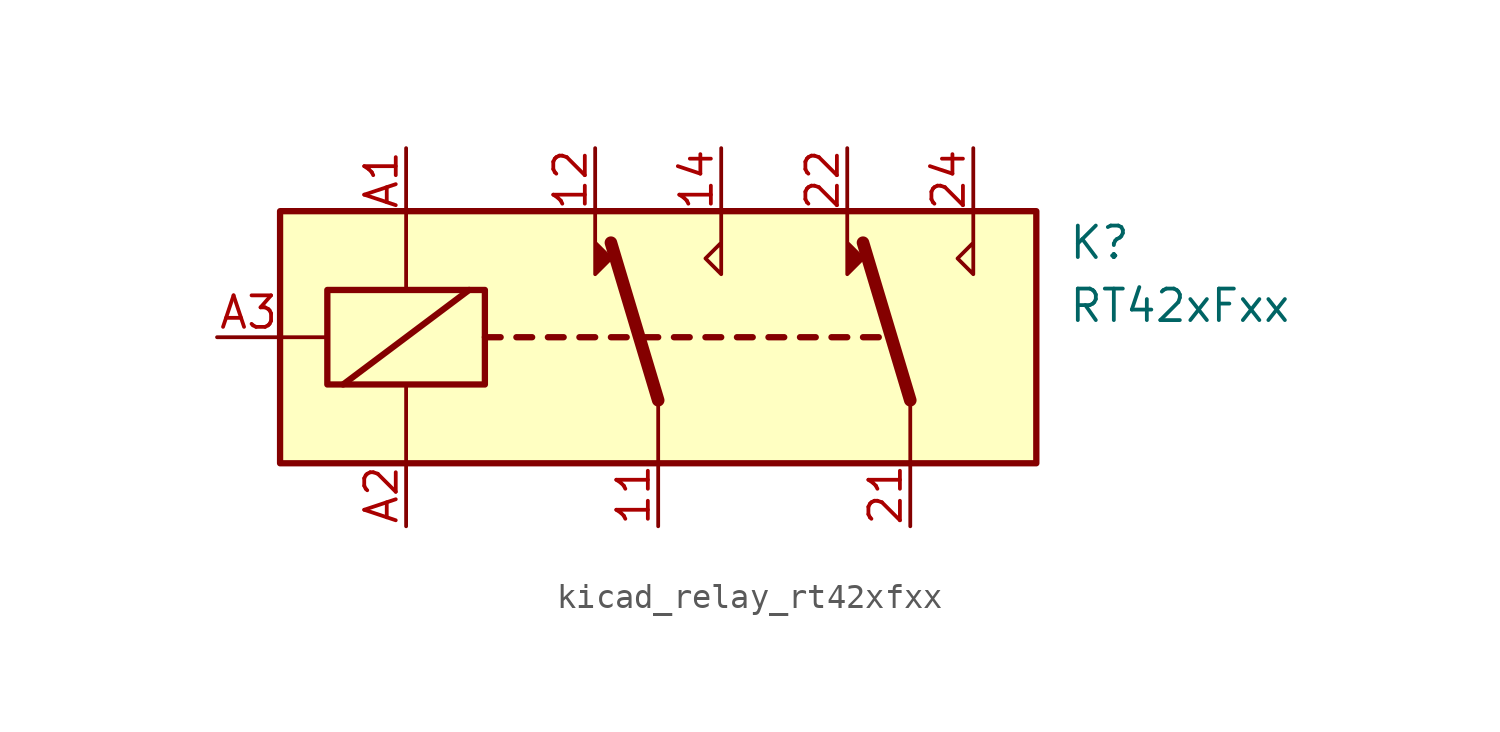
<source format=kicad_sym>
(kicad_symbol_lib
  (version 20220914)
  (generator kicad_symbol_editor)
  (symbol "kicad_relay_rt42xfxx"
    (property "Reference" "K"
      (at 16.51 3.81 0)
      (effects (font (size 1.27 1.27)) (justify left)))
    (property "Value" "RT42xFxx"
      (at 16.51 1.27 0)
      (effects (font (size 1.27 1.27)) (justify left)))
    (symbol "kicad_relay_rt42xfxx_0_0"
      (polyline (pts (xy -7.62 1.905) (xy -12.7 -1.905)) (stroke (width 0.254) (type default)) (fill (type none))))
    (symbol "kicad_relay_rt42xfxx_0_1"
      (rectangle (start -15.24 0) (end -13.335 0) (stroke (width 0) (type default)) (fill (type none)))
      (rectangle (start -15.24 5.08) (end 15.24 -5.08) (stroke (width 0.254) (type default)) (fill (type background)))
      (rectangle (start -13.335 1.905) (end -6.985 -1.905) (stroke (width 0.254) (type default)) (fill (type none)))
      (polyline (pts (xy -10.16 -5.08) (xy -10.16 -1.905)) (stroke (width 0) (type default)) (fill (type none)))
      (polyline (pts (xy -10.16 5.08) (xy -10.16 1.905)) (stroke (width 0) (type default)) (fill (type none)))
      (polyline (pts (xy -6.985 0) (xy -6.35 0)) (stroke (width 0.254) (type default)) (fill (type none)))
      (polyline (pts (xy -5.715 0) (xy -5.08 0)) (stroke (width 0.254) (type default)) (fill (type none)))
      (polyline (pts (xy -4.445 0) (xy -3.81 0)) (stroke (width 0.254) (type default)) (fill (type none)))
      (polyline (pts (xy -3.175 0) (xy -2.54 0)) (stroke (width 0.254) (type default)) (fill (type none)))
      (polyline (pts (xy -1.905 0) (xy -1.27 0)) (stroke (width 0.254) (type default)) (fill (type none)))
      (polyline (pts (xy -0.635 0) (xy 0 0)) (stroke (width 0.254) (type default)) (fill (type none)))
      (polyline (pts (xy 0 -2.54) (xy -1.905 3.81)) (stroke (width 0.508) (type default)) (fill (type none)))
      (polyline (pts (xy 0 -2.54) (xy 0 -5.08)) (stroke (width 0) (type default)) (fill (type none)))
      (polyline (pts (xy 0.635 0) (xy 1.27 0)) (stroke (width 0.254) (type default)) (fill (type none)))
      (polyline (pts (xy 1.905 0) (xy 2.54 0)) (stroke (width 0.254) (type default)) (fill (type none)))
      (polyline (pts (xy 3.175 0) (xy 3.81 0)) (stroke (width 0.254) (type default)) (fill (type none)))
      (polyline (pts (xy 4.445 0) (xy 5.08 0)) (stroke (width 0.254) (type default)) (fill (type none)))
      (polyline (pts (xy 5.715 0) (xy 6.35 0)) (stroke (width 0.254) (type default)) (fill (type none)))
      (polyline (pts (xy 6.985 0) (xy 7.62 0)) (stroke (width 0.254) (type default)) (fill (type none)))
      (polyline (pts (xy 8.255 0) (xy 8.89 0)) (stroke (width 0.254) (type default)) (fill (type none)))
      (polyline (pts (xy 10.16 -2.54) (xy 8.255 3.81)) (stroke (width 0.508) (type default)) (fill (type none)))
      (polyline (pts (xy 10.16 -2.54) (xy 10.16 -5.08)) (stroke (width 0) (type default)) (fill (type none)))
      (polyline (pts (xy -2.54 5.08) (xy -2.54 2.54) (xy -1.905 3.175) (xy -2.54 3.81)) (stroke (width 0) (type default)) (fill (type outline)))
      (polyline (pts (xy 2.54 5.08) (xy 2.54 2.54) (xy 1.905 3.175) (xy 2.54 3.81)) (stroke (width 0) (type default)) (fill (type none)))
      (polyline (pts (xy 7.62 5.08) (xy 7.62 2.54) (xy 8.255 3.175) (xy 7.62 3.81)) (stroke (width 0) (type default)) (fill (type outline)))
      (polyline (pts (xy 12.7 5.08) (xy 12.7 2.54) (xy 12.065 3.175) (xy 12.7 3.81)) (stroke (width 0) (type default)) (fill (type none))))
    (symbol "kicad_relay_rt42xfxx_1_1"
      (pin passive line (at 0 -7.62 90) (length 2.54) (name "~" (effects (font (size 1.27 1.27)))) (number "11" (effects (font (size 1.27 1.27)))))
      (pin passive line (at -2.54 7.62 270) (length 2.54) (name "~" (effects (font (size 1.27 1.27)))) (number "12" (effects (font (size 1.27 1.27)))))
      (pin passive line (at 2.54 7.62 270) (length 2.54) (name "~" (effects (font (size 1.27 1.27)))) (number "14" (effects (font (size 1.27 1.27)))))
      (pin passive line (at 10.16 -7.62 90) (length 2.54) (name "~" (effects (font (size 1.27 1.27)))) (number "21" (effects (font (size 1.27 1.27)))))
      (pin passive line (at 7.62 7.62 270) (length 2.54) (name "~" (effects (font (size 1.27 1.27)))) (number "22" (effects (font (size 1.27 1.27)))))
      (pin passive line (at 12.7 7.62 270) (length 2.54) (name "~" (effects (font (size 1.27 1.27)))) (number "24" (effects (font (size 1.27 1.27)))))
      (pin passive line (at -10.16 7.62 270) (length 2.54) (name "~" (effects (font (size 1.27 1.27)))) (number "A1" (effects (font (size 1.27 1.27)))))
      (pin passive line (at -10.16 -7.62 90) (length 2.54) (name "~" (effects (font (size 1.27 1.27)))) (number "A2" (effects (font (size 1.27 1.27)))))
      (pin passive line (at -17.78 0 0) (length 2.54) (name "~" (effects (font (size 1.27 1.27)))) (number "A3" (effects (font (size 1.27 1.27))))))))
</source>
